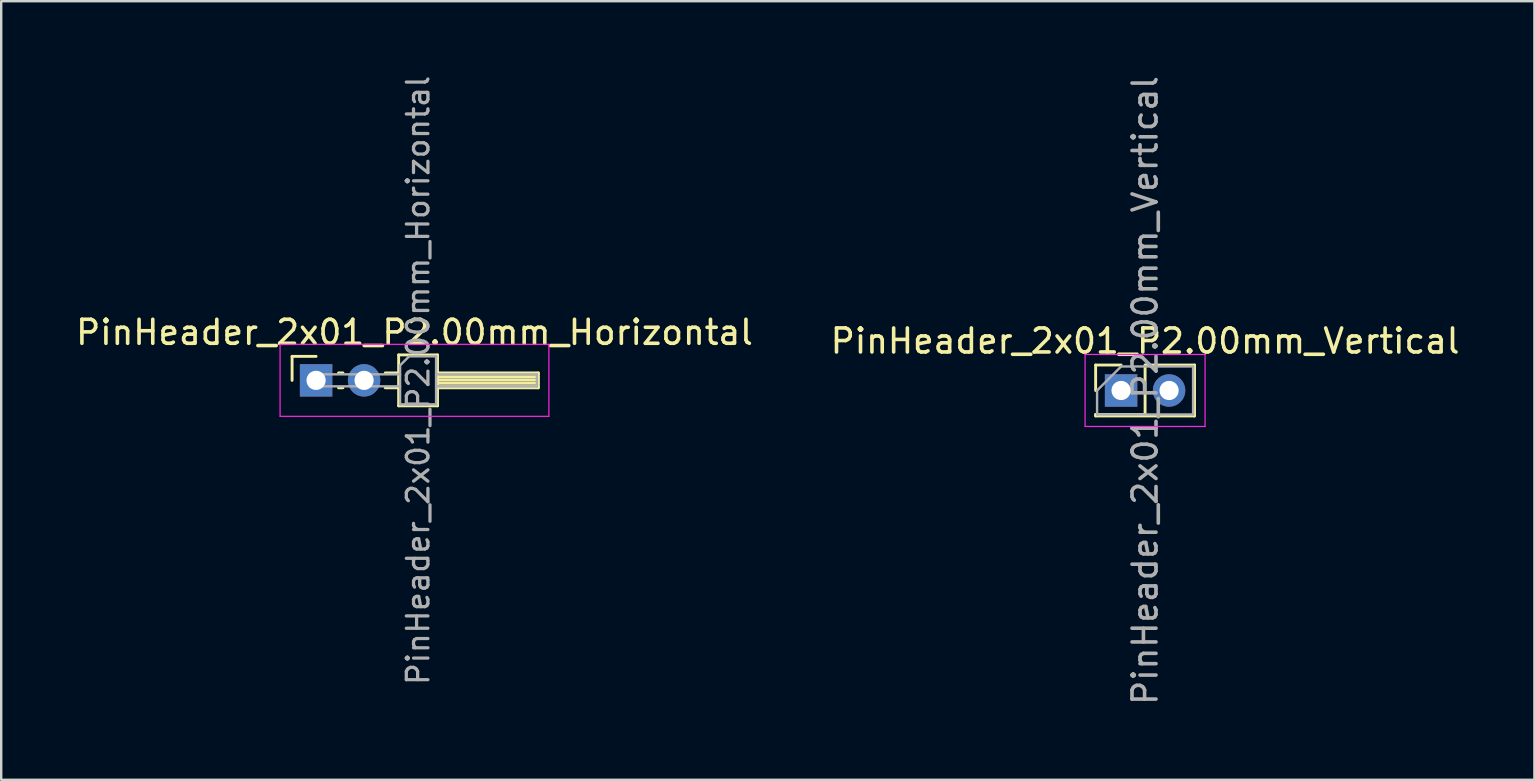
<source format=kicad_pcb>
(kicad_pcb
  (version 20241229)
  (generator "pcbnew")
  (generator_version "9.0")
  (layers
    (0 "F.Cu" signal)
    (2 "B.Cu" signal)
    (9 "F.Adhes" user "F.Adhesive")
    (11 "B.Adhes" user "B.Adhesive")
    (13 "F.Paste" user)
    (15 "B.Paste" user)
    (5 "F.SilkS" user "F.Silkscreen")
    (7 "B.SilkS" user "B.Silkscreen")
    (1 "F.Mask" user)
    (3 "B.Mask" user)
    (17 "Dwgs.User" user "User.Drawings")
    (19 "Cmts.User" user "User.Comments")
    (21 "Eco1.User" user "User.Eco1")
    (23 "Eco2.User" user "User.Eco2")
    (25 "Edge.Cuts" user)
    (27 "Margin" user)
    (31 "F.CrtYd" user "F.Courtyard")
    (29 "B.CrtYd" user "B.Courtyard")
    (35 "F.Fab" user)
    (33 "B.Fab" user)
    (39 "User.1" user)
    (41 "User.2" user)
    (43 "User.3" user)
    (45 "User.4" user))
  (footprint "PinHeader_2x01_P2.00mm_Horizontal"
    (layer "F.Cu")
    (at 10.12 12.798)
    (property "Reference" "PinHeader_2x01_P2.00mm_Horizontal" (at 4.1 -2 0) (layer "F.SilkS") (effects (font (size 1 1) (thickness 0.15))))
    (attr through_hole)
    (fp_line (start -1 -1) (end 0 -1) (stroke (width 0.12) (type solid)) (layer "F.SilkS"))
    (fp_line (start -1 0) (end -1 -1) (stroke (width 0.12) (type solid)) (layer "F.SilkS"))
    (fp_line (start 0.935 -0.31) (end 1.118 -0.31) (stroke (width 0.12) (type solid)) (layer "F.SilkS"))
    (fp_line (start 0.935 0.31) (end 1.118 0.31) (stroke (width 0.12) (type solid)) (layer "F.SilkS"))
    (fp_line (start 2.882 -0.31) (end 3.44 -0.31) (stroke (width 0.12) (type solid)) (layer "F.SilkS"))
    (fp_line (start 2.882 0.31) (end 3.44 0.31) (stroke (width 0.12) (type solid)) (layer "F.SilkS"))
    (fp_line (start 3.44 -1.06) (end 3.44 1.06) (stroke (width 0.12) (type solid)) (layer "F.SilkS"))
    (fp_line (start 3.44 1.06) (end 5.06 1.06) (stroke (width 0.12) (type solid)) (layer "F.SilkS"))
    (fp_line (start 5.06 -1.06) (end 3.44 -1.06) (stroke (width 0.12) (type solid)) (layer "F.SilkS"))
    (fp_line (start 5.06 -0.31) (end 9.26 -0.31) (stroke (width 0.12) (type solid)) (layer "F.SilkS"))
    (fp_line (start 5.06 -0.25) (end 9.26 -0.25) (stroke (width 0.12) (type solid)) (layer "F.SilkS"))
    (fp_line (start 5.06 -0.13) (end 9.26 -0.13) (stroke (width 0.12) (type solid)) (layer "F.SilkS"))
    (fp_line (start 5.06 -0.01) (end 9.26 -0.01) (stroke (width 0.12) (type solid)) (layer "F.SilkS"))
    (fp_line (start 5.06 0.11) (end 9.26 0.11) (stroke (width 0.12) (type solid)) (layer "F.SilkS"))
    (fp_line (start 5.06 0.23) (end 9.26 0.23) (stroke (width 0.12) (type solid)) (layer "F.SilkS"))
    (fp_line (start 5.06 1.06) (end 5.06 -1.06) (stroke (width 0.12) (type solid)) (layer "F.SilkS"))
    (fp_line (start 9.26 -0.31) (end 9.26 0.31) (stroke (width 0.12) (type solid)) (layer "F.SilkS"))
    (fp_line (start 9.26 0.31) (end 5.06 0.31) (stroke (width 0.12) (type solid)) (layer "F.SilkS"))
    (fp_line (start -1.5 -1.5) (end -1.5 1.5) (stroke (width 0.05) (type solid)) (layer "F.CrtYd"))
    (fp_line (start -1.5 1.5) (end 9.7 1.5) (stroke (width 0.05) (type solid)) (layer "F.CrtYd"))
    (fp_line (start 9.7 -1.5) (end -1.5 -1.5) (stroke (width 0.05) (type solid)) (layer "F.CrtYd"))
    (fp_line (start 9.7 1.5) (end 9.7 -1.5) (stroke (width 0.05) (type solid)) (layer "F.CrtYd"))
    (fp_line (start -0.25 -0.25) (end -0.25 0.25) (stroke (width 0.1) (type solid)) (layer "F.Fab"))
    (fp_line (start -0.25 -0.25) (end 3.5 -0.25) (stroke (width 0.1) (type solid)) (layer "F.Fab"))
    (fp_line (start -0.25 0.25) (end 3.5 0.25) (stroke (width 0.1) (type solid)) (layer "F.Fab"))
    (fp_line (start 3.5 -0.625) (end 3.875 -1) (stroke (width 0.1) (type solid)) (layer "F.Fab"))
    (fp_line (start 3.5 1) (end 3.5 -0.625) (stroke (width 0.1) (type solid)) (layer "F.Fab"))
    (fp_line (start 3.875 -1) (end 5 -1) (stroke (width 0.1) (type solid)) (layer "F.Fab"))
    (fp_line (start 5 -1) (end 5 1) (stroke (width 0.1) (type solid)) (layer "F.Fab"))
    (fp_line (start 5 -0.25) (end 9.2 -0.25) (stroke (width 0.1) (type solid)) (layer "F.Fab"))
    (fp_line (start 5 0.25) (end 9.2 0.25) (stroke (width 0.1) (type solid)) (layer "F.Fab"))
    (fp_line (start 5 1) (end 3.5 1) (stroke (width 0.1) (type solid)) (layer "F.Fab"))
    (fp_line (start 9.2 -0.25) (end 9.2 0.25) (stroke (width 0.1) (type solid)) (layer "F.Fab"))
    (fp_text user "${REFERENCE}" (at 4.25 0 90) (layer "F.Fab") (effects (font (size 0.9 0.9) (thickness 0.135))))
    (pad "1" thru_hole rect (at 0 0) (size 1.35 1.35) (drill 0.8) (layers "*.Cu" "*.Mask"))
    (pad "2" thru_hole oval (at 2 0) (size 1.35 1.35) (drill 0.8) (layers "*.Cu" "*.Mask")))
  (footprint "PinHeader_2x01_P2.00mm_Vertical"
    (layer "F.Cu")
    (at 43.661 13.22)
    (property "Reference" "PinHeader_2x01_P2.00mm_Vertical" (at 1 -2.06 0) (layer "F.SilkS") (effects (font (size 1 1) (thickness 0.15))))
    (attr through_hole)
    (fp_line (start -1.06 -1.06) (end 0 -1.06) (stroke (width 0.12) (type solid)) (layer "F.SilkS"))
    (fp_line (start -1.06 0) (end -1.06 -1.06) (stroke (width 0.12) (type solid)) (layer "F.SilkS"))
    (fp_line (start -1.06 1) (end -1.06 1.06) (stroke (width 0.12) (type solid)) (layer "F.SilkS"))
    (fp_line (start -1.06 1) (end 1 1) (stroke (width 0.12) (type solid)) (layer "F.SilkS"))
    (fp_line (start -1.06 1.06) (end 3.06 1.06) (stroke (width 0.12) (type solid)) (layer "F.SilkS"))
    (fp_line (start 1 -1.06) (end 3.06 -1.06) (stroke (width 0.12) (type solid)) (layer "F.SilkS"))
    (fp_line (start 1 1) (end 1 -1.06) (stroke (width 0.12) (type solid)) (layer "F.SilkS"))
    (fp_line (start 3.06 -1.06) (end 3.06 1.06) (stroke (width 0.12) (type solid)) (layer "F.SilkS"))
    (fp_line (start -1.5 -1.5) (end -1.5 1.5) (stroke (width 0.05) (type solid)) (layer "F.CrtYd"))
    (fp_line (start -1.5 1.5) (end 3.5 1.5) (stroke (width 0.05) (type solid)) (layer "F.CrtYd"))
    (fp_line (start 3.5 -1.5) (end -1.5 -1.5) (stroke (width 0.05) (type solid)) (layer "F.CrtYd"))
    (fp_line (start 3.5 1.5) (end 3.5 -1.5) (stroke (width 0.05) (type solid)) (layer "F.CrtYd"))
    (fp_line (start -1 0) (end 0 -1) (stroke (width 0.1) (type solid)) (layer "F.Fab"))
    (fp_line (start -1 1) (end -1 0) (stroke (width 0.1) (type solid)) (layer "F.Fab"))
    (fp_line (start 0 -1) (end 3 -1) (stroke (width 0.1) (type solid)) (layer "F.Fab"))
    (fp_line (start 3 -1) (end 3 1) (stroke (width 0.1) (type solid)) (layer "F.Fab"))
    (fp_line (start 3 1) (end -1 1) (stroke (width 0.1) (type solid)) (layer "F.Fab"))
    (fp_text user "${REFERENCE}" (at 1 0 90) (layer "F.Fab") (effects (font (size 1 1) (thickness 0.15))))
    (pad "1" thru_hole rect (at 0 0) (size 1.35 1.35) (drill 0.8) (layers "*.Cu" "*.Mask"))
    (pad "2" thru_hole oval (at 2 0) (size 1.35 1.35) (drill 0.8) (layers "*.Cu" "*.Mask")))
  (gr_rect
    (start -3 -3)
    (end 60.881 29.44)
    (stroke (width 0.1) (type default))
    (fill no)
    (layer "Edge.Cuts")))
</source>
